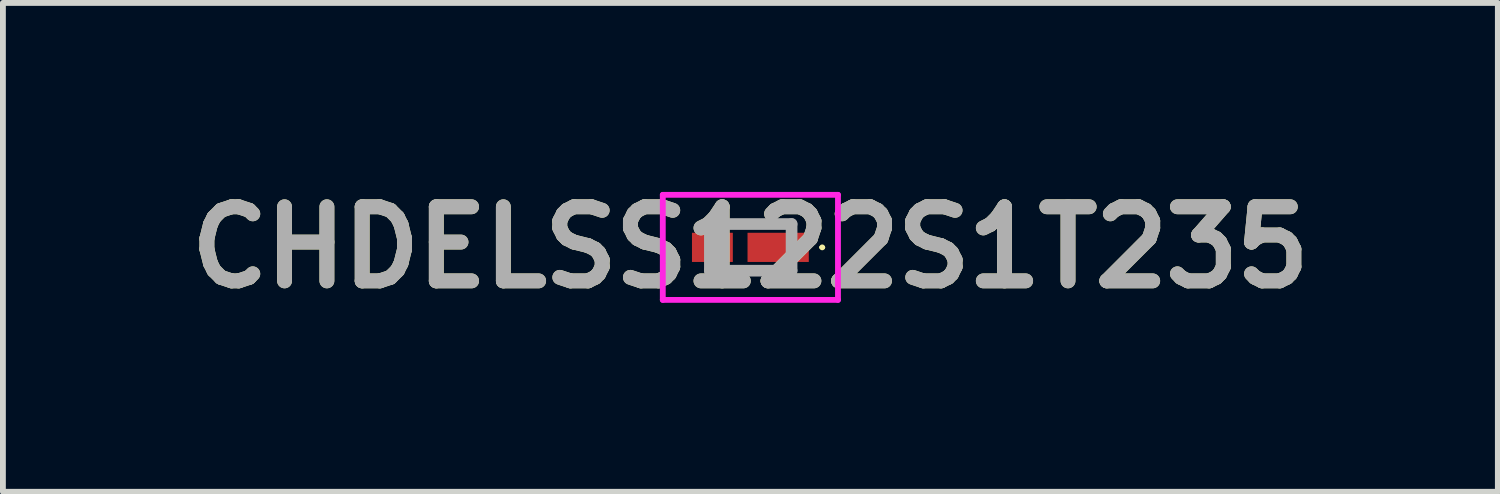
<source format=kicad_pcb>
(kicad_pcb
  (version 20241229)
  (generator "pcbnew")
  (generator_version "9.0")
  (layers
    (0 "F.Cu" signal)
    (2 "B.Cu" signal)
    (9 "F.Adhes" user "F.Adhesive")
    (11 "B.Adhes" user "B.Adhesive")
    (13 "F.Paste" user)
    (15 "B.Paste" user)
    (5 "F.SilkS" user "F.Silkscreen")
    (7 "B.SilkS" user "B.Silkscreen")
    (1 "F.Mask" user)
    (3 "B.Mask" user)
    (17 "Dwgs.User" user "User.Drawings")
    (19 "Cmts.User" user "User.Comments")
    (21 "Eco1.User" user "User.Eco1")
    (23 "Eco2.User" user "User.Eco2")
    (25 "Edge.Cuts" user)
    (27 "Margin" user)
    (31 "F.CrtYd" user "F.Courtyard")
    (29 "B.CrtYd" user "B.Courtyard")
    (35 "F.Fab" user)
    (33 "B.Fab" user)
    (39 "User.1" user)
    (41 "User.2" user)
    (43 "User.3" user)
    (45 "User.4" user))
  (footprint "CHDELSS122S1T235"
    (layer "F.Cu")
    (at 9.815 1.189)
    (property "Reference" "CHDELSS122S1T235" (at -0.006 0 0) (layer "F.SilkS") (effects (font (size 1.27 1.27) (thickness 0.254))))
    (attr smd)
    (fp_line (start -0.7 -0.4) (end 0.7 -0.4) (stroke (width 0.1) (type solid)) (layer "F.SilkS"))
    (fp_line (start 0.7 0.4) (end -0.7 0.4) (stroke (width 0.1) (type solid)) (layer "F.SilkS"))
    (fp_line (start 1.2 0) (end 1.2 0) (stroke (width 0.05) (type solid)) (layer "F.SilkS"))
    (fp_line (start 1.25 0) (end 1.25 0) (stroke (width 0.05) (type solid)) (layer "F.SilkS"))
    (fp_arc (start 1.2 0) (mid 1.225 -0.025) (end 1.25 0) (stroke (width 0.05) (type solid)) (layer "F.SilkS"))
    (fp_arc (start 1.25 0) (mid 1.225 0.025) (end 1.2 0) (stroke (width 0.05) (type solid)) (layer "F.SilkS"))
    (fp_line (start -1.507 -0.9) (end 1.495 -0.9) (stroke (width 0.1) (type solid)) (layer "F.CrtYd"))
    (fp_line (start -1.507 0.9) (end -1.507 -0.9) (stroke (width 0.1) (type solid)) (layer "F.CrtYd"))
    (fp_line (start 1.495 -0.9) (end 1.495 0.9) (stroke (width 0.1) (type solid)) (layer "F.CrtYd"))
    (fp_line (start 1.495 0.9) (end -1.507 0.9) (stroke (width 0.1) (type solid)) (layer "F.CrtYd"))
    (fp_line (start -0.7 -0.4) (end 0.7 -0.4) (stroke (width 0.2) (type solid)) (layer "F.Fab"))
    (fp_line (start -0.7 0.4) (end -0.7 -0.4) (stroke (width 0.2) (type solid)) (layer "F.Fab"))
    (fp_line (start 0.7 -0.4) (end 0.7 0.4) (stroke (width 0.2) (type solid)) (layer "F.Fab"))
    (fp_line (start 0.7 0.4) (end -0.7 0.4) (stroke (width 0.2) (type solid)) (layer "F.Fab"))
    (fp_text user "${REFERENCE}" (at -0.006 0 0) (layer "F.Fab") (effects (font (size 1.27 1.27) (thickness 0.254))))
    (pad "1" smd rect (at 0.47 0 90) (size 0.5 1.05) (layers "F.Cu" "F.Mask" "F.Paste"))
    (pad "2" smd rect (at -0.657 0 90) (size 0.5 0.7) (layers "F.Cu" "F.Mask" "F.Paste")))
  (gr_rect
    (start -3 -3)
    (end 22.618 5.377)
    (stroke (width 0.1) (type default))
    (fill no)
    (layer "Edge.Cuts")))
</source>
